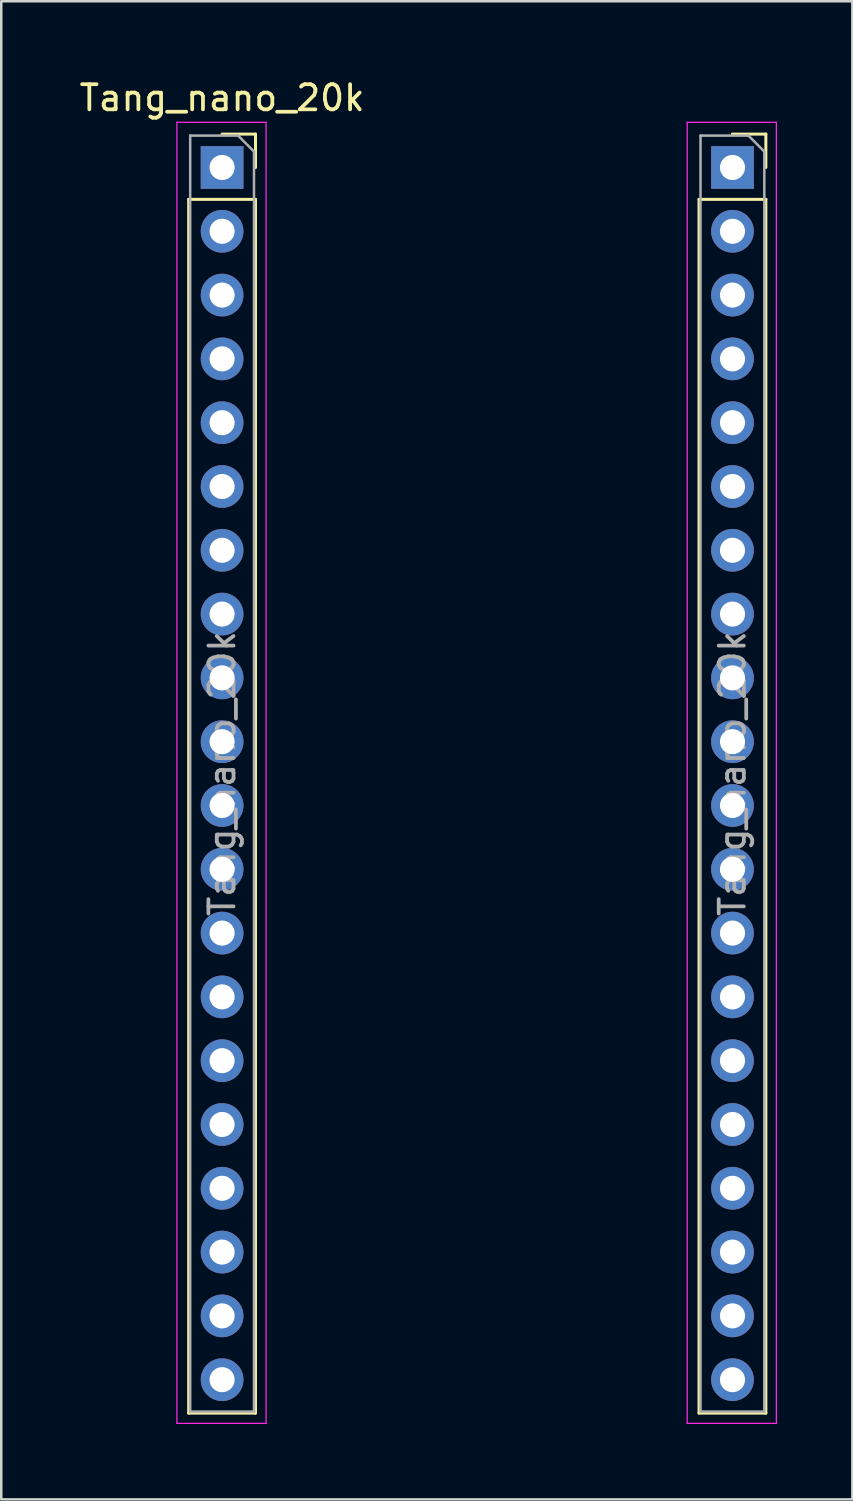
<source format=kicad_pcb>
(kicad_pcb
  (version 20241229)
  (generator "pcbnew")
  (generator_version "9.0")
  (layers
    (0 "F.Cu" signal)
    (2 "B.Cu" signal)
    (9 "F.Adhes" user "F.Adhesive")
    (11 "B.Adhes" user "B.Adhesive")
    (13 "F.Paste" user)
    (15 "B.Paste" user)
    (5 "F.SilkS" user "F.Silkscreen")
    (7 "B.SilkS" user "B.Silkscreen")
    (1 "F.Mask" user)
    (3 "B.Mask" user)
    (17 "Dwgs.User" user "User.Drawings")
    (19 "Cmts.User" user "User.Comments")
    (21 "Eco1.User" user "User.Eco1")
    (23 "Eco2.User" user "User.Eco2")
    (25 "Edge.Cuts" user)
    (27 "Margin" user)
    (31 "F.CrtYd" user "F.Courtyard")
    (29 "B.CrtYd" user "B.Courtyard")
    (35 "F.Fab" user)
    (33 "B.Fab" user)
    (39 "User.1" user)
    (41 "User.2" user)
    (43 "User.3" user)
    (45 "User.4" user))
  (footprint "Tang_nano_20k"
    (layer "F.Cu")
    (at 5.792 3.618)
    (property "Reference" "Tang_nano_20k" (at 0 -2.77 0) (layer "F.SilkS") (effects (font (size 1 1) (thickness 0.15))))
    (attr through_hole)
    (fp_line (start -1.33 1.27) (end -1.33 49.59) (stroke (width 0.12) (type solid)) (layer "F.SilkS"))
    (fp_line (start -1.33 1.27) (end 1.33 1.27) (stroke (width 0.12) (type solid)) (layer "F.SilkS"))
    (fp_line (start -1.33 49.59) (end 1.33 49.59) (stroke (width 0.12) (type solid)) (layer "F.SilkS"))
    (fp_line (start 0 -1.33) (end 1.33 -1.33) (stroke (width 0.12) (type solid)) (layer "F.SilkS"))
    (fp_line (start 1.33 -1.33) (end 1.33 0) (stroke (width 0.12) (type solid)) (layer "F.SilkS"))
    (fp_line (start 1.33 1.27) (end 1.33 49.59) (stroke (width 0.12) (type solid)) (layer "F.SilkS"))
    (fp_line (start 18.988 1.27) (end 18.988 49.59) (stroke (width 0.12) (type solid)) (layer "F.SilkS"))
    (fp_line (start 18.988 1.27) (end 21.648 1.27) (stroke (width 0.12) (type solid)) (layer "F.SilkS"))
    (fp_line (start 18.988 49.59) (end 21.648 49.59) (stroke (width 0.12) (type solid)) (layer "F.SilkS"))
    (fp_line (start 20.317 -1.33) (end 21.648 -1.33) (stroke (width 0.12) (type solid)) (layer "F.SilkS"))
    (fp_line (start 21.648 -1.33) (end 21.648 0) (stroke (width 0.12) (type solid)) (layer "F.SilkS"))
    (fp_line (start 21.648 1.27) (end 21.648 49.59) (stroke (width 0.12) (type solid)) (layer "F.SilkS"))
    (fp_line (start -1.8 -1.8) (end 1.75 -1.8) (stroke (width 0.05) (type solid)) (layer "F.CrtYd"))
    (fp_line (start -1.8 50) (end -1.8 -1.8) (stroke (width 0.05) (type solid)) (layer "F.CrtYd"))
    (fp_line (start 1.75 -1.8) (end 1.75 50) (stroke (width 0.05) (type solid)) (layer "F.CrtYd"))
    (fp_line (start 1.75 50) (end -1.8 50) (stroke (width 0.05) (type solid)) (layer "F.CrtYd"))
    (fp_line (start 18.517 -1.8) (end 22.067 -1.8) (stroke (width 0.05) (type solid)) (layer "F.CrtYd"))
    (fp_line (start 18.517 50) (end 18.517 -1.8) (stroke (width 0.05) (type solid)) (layer "F.CrtYd"))
    (fp_line (start 22.067 -1.8) (end 22.067 50) (stroke (width 0.05) (type solid)) (layer "F.CrtYd"))
    (fp_line (start 22.067 50) (end 18.517 50) (stroke (width 0.05) (type solid)) (layer "F.CrtYd"))
    (fp_line (start -1.27 -1.27) (end 0.635 -1.27) (stroke (width 0.1) (type solid)) (layer "F.Fab"))
    (fp_line (start -1.27 49.53) (end -1.27 -1.27) (stroke (width 0.1) (type solid)) (layer "F.Fab"))
    (fp_line (start 0.635 -1.27) (end 1.27 -0.635) (stroke (width 0.1) (type solid)) (layer "F.Fab"))
    (fp_line (start 1.27 -0.635) (end 1.27 49.53) (stroke (width 0.1) (type solid)) (layer "F.Fab"))
    (fp_line (start 1.27 49.53) (end -1.27 49.53) (stroke (width 0.1) (type solid)) (layer "F.Fab"))
    (fp_line (start 19.047 -1.27) (end 20.953 -1.27) (stroke (width 0.1) (type solid)) (layer "F.Fab"))
    (fp_line (start 19.047 49.53) (end 19.047 -1.27) (stroke (width 0.1) (type solid)) (layer "F.Fab"))
    (fp_line (start 20.953 -1.27) (end 21.587 -0.635) (stroke (width 0.1) (type solid)) (layer "F.Fab"))
    (fp_line (start 21.587 -0.635) (end 21.587 49.53) (stroke (width 0.1) (type solid)) (layer "F.Fab"))
    (fp_line (start 21.587 49.53) (end 19.047 49.53) (stroke (width 0.1) (type solid)) (layer "F.Fab"))
    (fp_text user "${REFERENCE}" (at 0 24.13 90) (layer "F.Fab") (effects (font (size 1 1) (thickness 0.15))))
    (fp_text user "${REFERENCE}" (at 20.317 24.13 90) (layer "F.Fab") (effects (font (size 1 1) (thickness 0.15))))
    (pad "1" thru_hole rect (at 0 0) (size 1.7 1.7) (drill 1) (layers "*.Cu" "*.Mask"))
    (pad "2" thru_hole oval (at 0 2.54) (size 1.7 1.7) (drill 1) (layers "*.Cu" "*.Mask"))
    (pad "3" thru_hole oval (at 0 5.08) (size 1.7 1.7) (drill 1) (layers "*.Cu" "*.Mask"))
    (pad "4" thru_hole oval (at 0 7.62) (size 1.7 1.7) (drill 1) (layers "*.Cu" "*.Mask"))
    (pad "5" thru_hole oval (at 0 10.16) (size 1.7 1.7) (drill 1) (layers "*.Cu" "*.Mask"))
    (pad "6" thru_hole oval (at 0 12.7) (size 1.7 1.7) (drill 1) (layers "*.Cu" "*.Mask"))
    (pad "7" thru_hole oval (at 0 15.24) (size 1.7 1.7) (drill 1) (layers "*.Cu" "*.Mask"))
    (pad "8" thru_hole oval (at 0 17.78) (size 1.7 1.7) (drill 1) (layers "*.Cu" "*.Mask"))
    (pad "9" thru_hole oval (at 0 20.32) (size 1.7 1.7) (drill 1) (layers "*.Cu" "*.Mask"))
    (pad "10" thru_hole oval (at 0 22.86) (size 1.7 1.7) (drill 1) (layers "*.Cu" "*.Mask"))
    (pad "11" thru_hole oval (at 0 25.4) (size 1.7 1.7) (drill 1) (layers "*.Cu" "*.Mask"))
    (pad "12" thru_hole oval (at 0 27.94) (size 1.7 1.7) (drill 1) (layers "*.Cu" "*.Mask"))
    (pad "13" thru_hole oval (at 0 30.48) (size 1.7 1.7) (drill 1) (layers "*.Cu" "*.Mask"))
    (pad "14" thru_hole oval (at 0 33.02) (size 1.7 1.7) (drill 1) (layers "*.Cu" "*.Mask"))
    (pad "15" thru_hole oval (at 0 35.56) (size 1.7 1.7) (drill 1) (layers "*.Cu" "*.Mask"))
    (pad "16" thru_hole oval (at 0 38.1) (size 1.7 1.7) (drill 1) (layers "*.Cu" "*.Mask"))
    (pad "17" thru_hole oval (at 0 40.64) (size 1.7 1.7) (drill 1) (layers "*.Cu" "*.Mask"))
    (pad "18" thru_hole oval (at 0 43.18) (size 1.7 1.7) (drill 1) (layers "*.Cu" "*.Mask"))
    (pad "19" thru_hole oval (at 0 45.72) (size 1.7 1.7) (drill 1) (layers "*.Cu" "*.Mask"))
    (pad "20" thru_hole oval (at 0 48.26) (size 1.7 1.7) (drill 1) (layers "*.Cu" "*.Mask"))
    (pad "21" thru_hole oval (at 20.32 48.26) (size 1.7 1.7) (drill 1) (layers "*.Cu" "*.Mask"))
    (pad "22" thru_hole oval (at 20.32 45.72) (size 1.7 1.7) (drill 1) (layers "*.Cu" "*.Mask"))
    (pad "23" thru_hole oval (at 20.32 43.18) (size 1.7 1.7) (drill 1) (layers "*.Cu" "*.Mask"))
    (pad "24" thru_hole oval (at 20.32 40.64) (size 1.7 1.7) (drill 1) (layers "*.Cu" "*.Mask"))
    (pad "25" thru_hole oval (at 20.32 38.1) (size 1.7 1.7) (drill 1) (layers "*.Cu" "*.Mask"))
    (pad "26" thru_hole oval (at 20.32 35.56) (size 1.7 1.7) (drill 1) (layers "*.Cu" "*.Mask"))
    (pad "27" thru_hole oval (at 20.32 33.02) (size 1.7 1.7) (drill 1) (layers "*.Cu" "*.Mask"))
    (pad "28" thru_hole oval (at 20.32 30.48) (size 1.7 1.7) (drill 1) (layers "*.Cu" "*.Mask"))
    (pad "29" thru_hole oval (at 20.32 27.94) (size 1.7 1.7) (drill 1) (layers "*.Cu" "*.Mask"))
    (pad "30" thru_hole oval (at 20.32 25.4) (size 1.7 1.7) (drill 1) (layers "*.Cu" "*.Mask"))
    (pad "31" thru_hole oval (at 20.32 22.86) (size 1.7 1.7) (drill 1) (layers "*.Cu" "*.Mask"))
    (pad "32" thru_hole oval (at 20.32 20.32) (size 1.7 1.7) (drill 1) (layers "*.Cu" "*.Mask"))
    (pad "33" thru_hole oval (at 20.32 17.78) (size 1.7 1.7) (drill 1) (layers "*.Cu" "*.Mask"))
    (pad "34" thru_hole oval (at 20.32 15.24) (size 1.7 1.7) (drill 1) (layers "*.Cu" "*.Mask"))
    (pad "35" thru_hole oval (at 20.32 12.7) (size 1.7 1.7) (drill 1) (layers "*.Cu" "*.Mask"))
    (pad "36" thru_hole oval (at 20.32 10.16) (size 1.7 1.7) (drill 1) (layers "*.Cu" "*.Mask"))
    (pad "37" thru_hole oval (at 20.32 7.62) (size 1.7 1.7) (drill 1) (layers "*.Cu" "*.Mask"))
    (pad "38" thru_hole oval (at 20.32 5.08) (size 1.7 1.7) (drill 1) (layers "*.Cu" "*.Mask"))
    (pad "39" thru_hole oval (at 20.32 2.54) (size 1.7 1.7) (drill 1) (layers "*.Cu" "*.Mask"))
    (pad "40" thru_hole rect (at 20.32 0) (size 1.7 1.7) (drill 1) (layers "*.Cu" "*.Mask")))
  (gr_rect
    (start -3 -3)
    (end 30.884 56.643)
    (stroke (width 0.1) (type default))
    (fill no)
    (layer "Edge.Cuts")))
</source>
